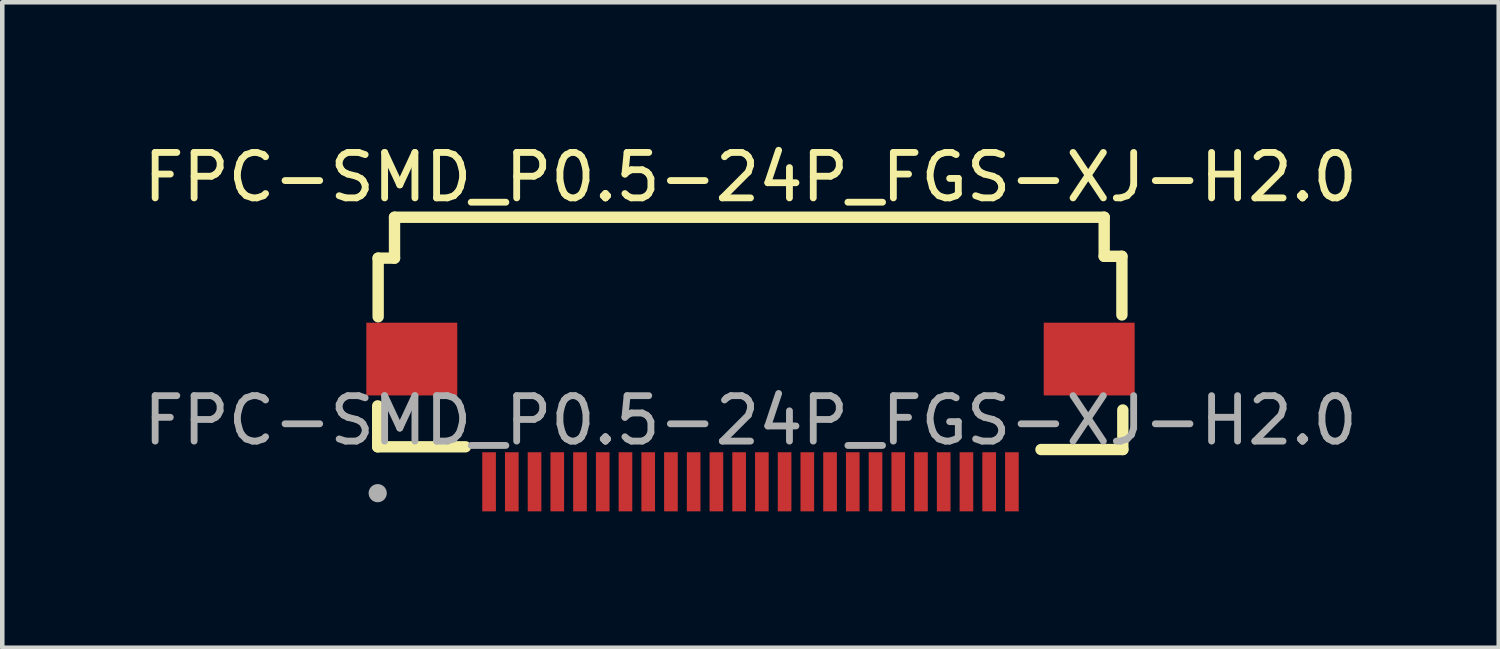
<source format=kicad_pcb>
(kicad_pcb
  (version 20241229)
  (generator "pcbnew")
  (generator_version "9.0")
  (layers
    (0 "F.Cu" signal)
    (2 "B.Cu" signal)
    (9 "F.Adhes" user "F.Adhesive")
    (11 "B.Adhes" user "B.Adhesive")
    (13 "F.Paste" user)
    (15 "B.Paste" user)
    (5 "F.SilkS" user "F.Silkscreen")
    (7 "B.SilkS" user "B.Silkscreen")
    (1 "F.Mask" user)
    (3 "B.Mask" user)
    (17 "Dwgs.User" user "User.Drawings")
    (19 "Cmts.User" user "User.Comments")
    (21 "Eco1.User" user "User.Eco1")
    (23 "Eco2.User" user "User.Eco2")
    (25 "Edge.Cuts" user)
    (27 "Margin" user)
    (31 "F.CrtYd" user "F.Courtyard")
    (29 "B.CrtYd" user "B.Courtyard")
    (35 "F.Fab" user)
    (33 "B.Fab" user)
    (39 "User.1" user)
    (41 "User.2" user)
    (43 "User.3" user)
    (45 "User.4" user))
  (footprint "FPC-SMD_P0.5-24P_FGS-XJ-H2.0"
    (layer "F.Cu")
    (at 13.458 6.198)
    (property "Reference" "FPC-SMD_P0.5-24P_FGS-XJ-H2.0" (at 0 -5.35 0) (layer "F.SilkS") (effects (font (size 1 1) (thickness 0.15))))
    (attr smd)
    (fp_line (start -8.2 -0.32) (end -8.2 0.58) (stroke (width 0.25) (type solid)) (layer "F.SilkS"))
    (fp_line (start -8.2 0.58) (end -6.27 0.58) (stroke (width 0.25) (type solid)) (layer "F.SilkS"))
    (fp_line (start -8.19 -3.57) (end -7.83 -3.57) (stroke (width 0.25) (type solid)) (layer "F.SilkS"))
    (fp_line (start -8.19 -2.28) (end -8.19 -3.57) (stroke (width 0.25) (type solid)) (layer "F.SilkS"))
    (fp_line (start -7.83 -4.47) (end 7.78 -4.47) (stroke (width 0.25) (type solid)) (layer "F.SilkS"))
    (fp_line (start -7.83 -3.57) (end -7.83 -4.47) (stroke (width 0.25) (type solid)) (layer "F.SilkS"))
    (fp_line (start 7.78 -4.47) (end 7.78 -3.61) (stroke (width 0.25) (type solid)) (layer "F.SilkS"))
    (fp_line (start 7.78 -3.61) (end 8.17 -3.61) (stroke (width 0.25) (type solid)) (layer "F.SilkS"))
    (fp_line (start 8.17 -3.61) (end 8.17 -2.32) (stroke (width 0.25) (type solid)) (layer "F.SilkS"))
    (fp_line (start 8.19 -0.23) (end 8.19 0.64) (stroke (width 0.25) (type solid)) (layer "F.SilkS"))
    (fp_line (start 8.19 0.64) (end 6.39 0.64) (stroke (width 0.25) (type solid)) (layer "F.SilkS"))
    (fp_circle (center -8.2 1.6) (end -8.1 1.6) (stroke (width 0.2) (type solid)) (fill no) (layer "F.Fab"))
    (fp_text user "${REFERENCE}" (at 0 0 0) (layer "F.Fab") (effects (font (size 1 1) (thickness 0.15))))
    (pad "1" smd rect (at -5.75 1.35) (size 0.3 1.3) (layers "F.Cu" "F.Mask" "F.Paste"))
    (pad "2" smd rect (at -5.25 1.35) (size 0.3 1.3) (layers "F.Cu" "F.Mask" "F.Paste"))
    (pad "3" smd rect (at -4.75 1.35) (size 0.3 1.3) (layers "F.Cu" "F.Mask" "F.Paste"))
    (pad "4" smd rect (at -4.25 1.35) (size 0.3 1.3) (layers "F.Cu" "F.Mask" "F.Paste"))
    (pad "5" smd rect (at -3.75 1.35) (size 0.3 1.3) (layers "F.Cu" "F.Mask" "F.Paste"))
    (pad "6" smd rect (at -3.25 1.35) (size 0.3 1.3) (layers "F.Cu" "F.Mask" "F.Paste"))
    (pad "7" smd rect (at -2.75 1.35) (size 0.3 1.3) (layers "F.Cu" "F.Mask" "F.Paste"))
    (pad "8" smd rect (at -2.25 1.35) (size 0.3 1.3) (layers "F.Cu" "F.Mask" "F.Paste"))
    (pad "9" smd rect (at -1.75 1.35) (size 0.3 1.3) (layers "F.Cu" "F.Mask" "F.Paste"))
    (pad "10" smd rect (at -1.25 1.35) (size 0.3 1.3) (layers "F.Cu" "F.Mask" "F.Paste"))
    (pad "11" smd rect (at -0.75 1.35) (size 0.3 1.3) (layers "F.Cu" "F.Mask" "F.Paste"))
    (pad "12" smd rect (at -0.25 1.35) (size 0.3 1.3) (layers "F.Cu" "F.Mask" "F.Paste"))
    (pad "13" smd rect (at 0.25 1.35) (size 0.3 1.3) (layers "F.Cu" "F.Mask" "F.Paste"))
    (pad "14" smd rect (at 0.75 1.35) (size 0.3 1.3) (layers "F.Cu" "F.Mask" "F.Paste"))
    (pad "15" smd rect (at 1.25 1.35) (size 0.3 1.3) (layers "F.Cu" "F.Mask" "F.Paste"))
    (pad "16" smd rect (at 1.75 1.35) (size 0.3 1.3) (layers "F.Cu" "F.Mask" "F.Paste"))
    (pad "17" smd rect (at 2.25 1.35) (size 0.3 1.3) (layers "F.Cu" "F.Mask" "F.Paste"))
    (pad "18" smd rect (at 2.75 1.35) (size 0.3 1.3) (layers "F.Cu" "F.Mask" "F.Paste"))
    (pad "19" smd rect (at 3.25 1.35) (size 0.3 1.3) (layers "F.Cu" "F.Mask" "F.Paste"))
    (pad "20" smd rect (at 3.75 1.35) (size 0.3 1.3) (layers "F.Cu" "F.Mask" "F.Paste"))
    (pad "21" smd rect (at 4.25 1.35) (size 0.3 1.3) (layers "F.Cu" "F.Mask" "F.Paste"))
    (pad "22" smd rect (at 4.75 1.35) (size 0.3 1.3) (layers "F.Cu" "F.Mask" "F.Paste"))
    (pad "23" smd rect (at 5.25 1.35) (size 0.3 1.3) (layers "F.Cu" "F.Mask" "F.Paste"))
    (pad "24" smd rect (at 5.75 1.35) (size 0.3 1.3) (layers "F.Cu" "F.Mask" "F.Paste"))
    (pad "25" smd rect (at 7.45 -1.35 270) (size 1.6 2) (layers "F.Cu" "F.Mask" "F.Paste"))
    (pad "26" smd rect (at -7.45 -1.35 270) (size 1.6 2) (layers "F.Cu" "F.Mask" "F.Paste")))
  (gr_rect
    (start -3 -3)
    (end 29.917 11.198)
    (stroke (width 0.1) (type default))
    (fill no)
    (layer "Edge.Cuts")))
</source>
